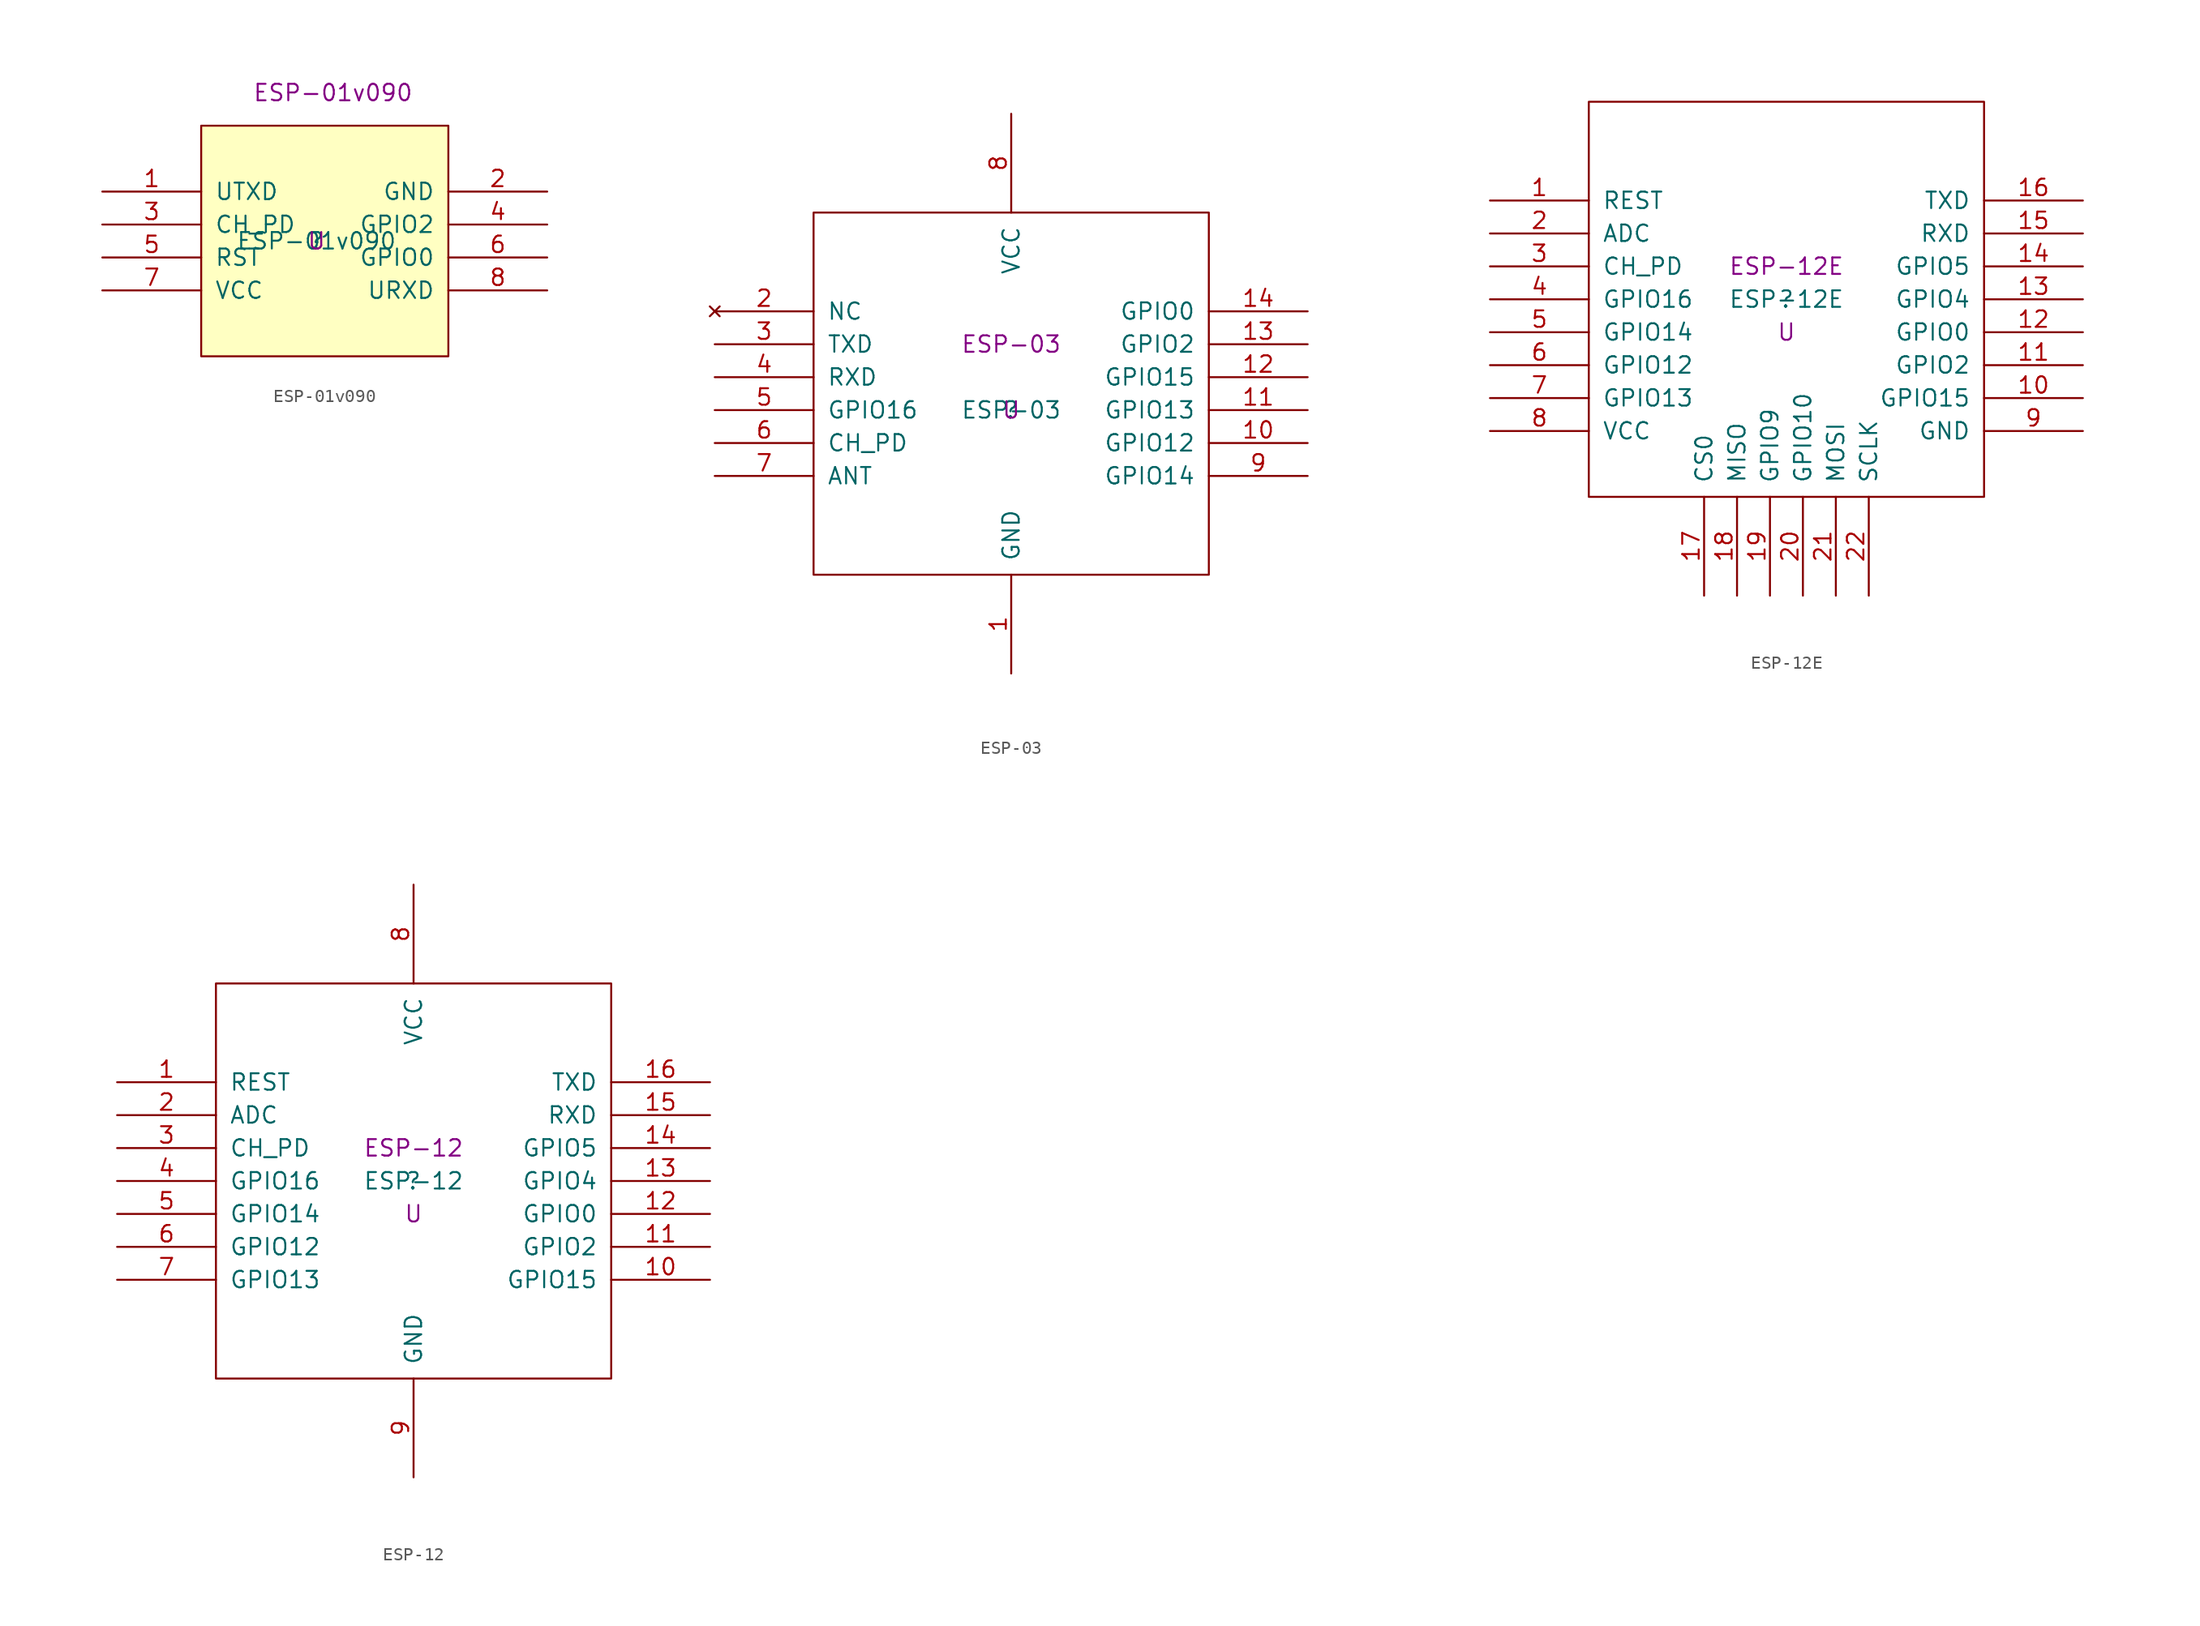
<source format=kicad_sym>
(kicad_symbol_lib
  (version 20211014)
  (generator kicad_symbol_editor)
  (symbol "ESP-01v090"
    (pin_names
      (offset 1.016))
    (property "Reference" ""
      (at 0 0 0)
      (effects (font (size 1.27 1.27))))
    (property "Value" "ESP-01v090"
      (at 0 0 0)
      (effects (font (size 1.27 1.27))))
    (property "Reference_1" "U"
      (at 0 0 0)
      (effects (font (size 1.27 1.27))))
    (property "Value_1" "ESP-01v090"
      (at 1.27 11.43 0)
      (effects (font (size 1.27 1.27))))
    (symbol "ESP-01v090_1_0"
      (rectangle (start -8.89 8.89) (end 10.16 -8.89) (stroke (width 0) (type default) (color 0 0 0 0)) (fill (type background))))
    (symbol "ESP-01v090_1_1"
      (pin output line (at -16.51 3.81 0) (length 7.62) (name "UTXD" (effects (font (size 1.27 1.27)))) (number "1" (effects (font (size 1.27 1.27)))))
      (pin power_in line (at 17.78 3.81 180) (length 7.62) (name "GND" (effects (font (size 1.27 1.27)))) (number "2" (effects (font (size 1.27 1.27)))))
      (pin input line (at -16.51 1.27 0) (length 7.62) (name "CH_PD" (effects (font (size 1.27 1.27)))) (number "3" (effects (font (size 1.27 1.27)))))
      (pin tri_state line (at 17.78 1.27 180) (length 7.62) (name "GPIO2" (effects (font (size 1.27 1.27)))) (number "4" (effects (font (size 1.27 1.27)))))
      (pin input line (at -16.51 -1.27 0) (length 7.62) (name "RST" (effects (font (size 1.27 1.27)))) (number "5" (effects (font (size 1.27 1.27)))))
      (pin tri_state line (at 17.78 -1.27 180) (length 7.62) (name "GPIO0" (effects (font (size 1.27 1.27)))) (number "6" (effects (font (size 1.27 1.27)))))
      (pin power_in line (at -16.51 -3.81 0) (length 7.62) (name "VCC" (effects (font (size 1.27 1.27)))) (number "7" (effects (font (size 1.27 1.27)))))
      (pin input line (at 17.78 -3.81 180) (length 7.62) (name "URXD" (effects (font (size 1.27 1.27)))) (number "8" (effects (font (size 1.27 1.27)))))))
  (symbol "ESP-03"
    (pin_names
      (offset 1.016))
    (property "Reference" ""
      (at 0 0 0)
      (effects (font (size 1.27 1.27))))
    (property "Value" "ESP-03"
      (at 0 0 0)
      (effects (font (size 1.27 1.27))))
    (property "Reference_1" "U"
      (at 0 0 0)
      (effects (font (size 1.27 1.27))))
    (property "Value_1" "ESP-03"
      (at 0 5.08 0)
      (effects (font (size 1.27 1.27))))
    (symbol "ESP-03_1_0"
      (rectangle (start -15.24 -12.7) (end 15.24 15.24) (stroke (width 0) (type default) (color 0 0 0 0)) (fill (type none))))
    (symbol "ESP-03_1_1"
      (pin power_in line (at 0 -20.32 90) (length 7.62) (name "GND" (effects (font (size 1.27 1.27)))) (number "1" (effects (font (size 1.27 1.27)))))
      (pin bidirectional line (at 22.86 -2.54 180) (length 7.62) (name "GPIO12" (effects (font (size 1.27 1.27)))) (number "10" (effects (font (size 1.27 1.27)))))
      (pin bidirectional line (at 22.86 0 180) (length 7.62) (name "GPIO13" (effects (font (size 1.27 1.27)))) (number "11" (effects (font (size 1.27 1.27)))))
      (pin bidirectional line (at 22.86 2.54 180) (length 7.62) (name "GPIO15" (effects (font (size 1.27 1.27)))) (number "12" (effects (font (size 1.27 1.27)))))
      (pin bidirectional line (at 22.86 5.08 180) (length 7.62) (name "GPIO2" (effects (font (size 1.27 1.27)))) (number "13" (effects (font (size 1.27 1.27)))))
      (pin input line (at 22.86 7.62 180) (length 7.62) (name "GPIO0" (effects (font (size 1.27 1.27)))) (number "14" (effects (font (size 1.27 1.27)))))
      (pin no_connect line (at -22.86 7.62 0) (length 7.62) (name "NC" (effects (font (size 1.27 1.27)))) (number "2" (effects (font (size 1.27 1.27)))))
      (pin output line (at -22.86 5.08 0) (length 7.62) (name "TXD" (effects (font (size 1.27 1.27)))) (number "3" (effects (font (size 1.27 1.27)))))
      (pin input line (at -22.86 2.54 0) (length 7.62) (name "RXD" (effects (font (size 1.27 1.27)))) (number "4" (effects (font (size 1.27 1.27)))))
      (pin bidirectional line (at -22.86 0 0) (length 7.62) (name "GPIO16" (effects (font (size 1.27 1.27)))) (number "5" (effects (font (size 1.27 1.27)))))
      (pin input line (at -22.86 -2.54 0) (length 7.62) (name "CH_PD" (effects (font (size 1.27 1.27)))) (number "6" (effects (font (size 1.27 1.27)))))
      (pin unspecified line (at -22.86 -5.08 0) (length 7.62) (name "ANT" (effects (font (size 1.27 1.27)))) (number "7" (effects (font (size 1.27 1.27)))))
      (pin power_in line (at 0 22.86 270) (length 7.62) (name "VCC" (effects (font (size 1.27 1.27)))) (number "8" (effects (font (size 1.27 1.27)))))
      (pin bidirectional line (at 22.86 -5.08 180) (length 7.62) (name "GPIO14" (effects (font (size 1.27 1.27)))) (number "9" (effects (font (size 1.27 1.27)))))))
  (symbol "ESP-12E"
    (pin_names
      (offset 1.016))
    (property "Reference" ""
      (at 0 0 0)
      (effects (font (size 1.27 1.27))))
    (property "Value" "ESP-12E"
      (at 0 0 0)
      (effects (font (size 1.27 1.27))))
    (property "Reference_1" "U"
      (at 0 -2.54 0)
      (effects (font (size 1.27 1.27))))
    (property "Value_1" "ESP-12E"
      (at 0 2.54 0)
      (effects (font (size 1.27 1.27))))
    (symbol "ESP-12E_1_0"
      (rectangle (start -15.24 -15.24) (end 15.24 15.24) (stroke (width 0) (type default) (color 0 0 0 0)) (fill (type none))))
    (symbol "ESP-12E_1_1"
      (pin input line (at -22.86 7.62 0) (length 7.62) (name "REST" (effects (font (size 1.27 1.27)))) (number "1" (effects (font (size 1.27 1.27)))))
      (pin bidirectional line (at 22.86 -7.62 180) (length 7.62) (name "GPIO15" (effects (font (size 1.27 1.27)))) (number "10" (effects (font (size 1.27 1.27)))))
      (pin bidirectional line (at 22.86 -5.08 180) (length 7.62) (name "GPIO2" (effects (font (size 1.27 1.27)))) (number "11" (effects (font (size 1.27 1.27)))))
      (pin bidirectional line (at 22.86 -2.54 180) (length 7.62) (name "GPIO0" (effects (font (size 1.27 1.27)))) (number "12" (effects (font (size 1.27 1.27)))))
      (pin bidirectional line (at 22.86 0 180) (length 7.62) (name "GPIO4" (effects (font (size 1.27 1.27)))) (number "13" (effects (font (size 1.27 1.27)))))
      (pin bidirectional line (at 22.86 2.54 180) (length 7.62) (name "GPIO5" (effects (font (size 1.27 1.27)))) (number "14" (effects (font (size 1.27 1.27)))))
      (pin input line (at 22.86 5.08 180) (length 7.62) (name "RXD" (effects (font (size 1.27 1.27)))) (number "15" (effects (font (size 1.27 1.27)))))
      (pin output line (at 22.86 7.62 180) (length 7.62) (name "TXD" (effects (font (size 1.27 1.27)))) (number "16" (effects (font (size 1.27 1.27)))))
      (pin bidirectional line (at -6.35 -22.86 90) (length 7.62) (name "CS0" (effects (font (size 1.27 1.27)))) (number "17" (effects (font (size 1.27 1.27)))))
      (pin bidirectional line (at -3.81 -22.86 90) (length 7.62) (name "MISO" (effects (font (size 1.27 1.27)))) (number "18" (effects (font (size 1.27 1.27)))))
      (pin bidirectional line (at -1.27 -22.86 90) (length 7.62) (name "GPIO9" (effects (font (size 1.27 1.27)))) (number "19" (effects (font (size 1.27 1.27)))))
      (pin passive line (at -22.86 5.08 0) (length 7.62) (name "ADC" (effects (font (size 1.27 1.27)))) (number "2" (effects (font (size 1.27 1.27)))))
      (pin bidirectional line (at 1.27 -22.86 90) (length 7.62) (name "GPIO10" (effects (font (size 1.27 1.27)))) (number "20" (effects (font (size 1.27 1.27)))))
      (pin bidirectional line (at 3.81 -22.86 90) (length 7.62) (name "MOSI" (effects (font (size 1.27 1.27)))) (number "21" (effects (font (size 1.27 1.27)))))
      (pin bidirectional line (at 6.35 -22.86 90) (length 7.62) (name "SCLK" (effects (font (size 1.27 1.27)))) (number "22" (effects (font (size 1.27 1.27)))))
      (pin input line (at -22.86 2.54 0) (length 7.62) (name "CH_PD" (effects (font (size 1.27 1.27)))) (number "3" (effects (font (size 1.27 1.27)))))
      (pin bidirectional line (at -22.86 0 0) (length 7.62) (name "GPIO16" (effects (font (size 1.27 1.27)))) (number "4" (effects (font (size 1.27 1.27)))))
      (pin bidirectional line (at -22.86 -2.54 0) (length 7.62) (name "GPIO14" (effects (font (size 1.27 1.27)))) (number "5" (effects (font (size 1.27 1.27)))))
      (pin bidirectional line (at -22.86 -5.08 0) (length 7.62) (name "GPIO12" (effects (font (size 1.27 1.27)))) (number "6" (effects (font (size 1.27 1.27)))))
      (pin bidirectional line (at -22.86 -7.62 0) (length 7.62) (name "GPIO13" (effects (font (size 1.27 1.27)))) (number "7" (effects (font (size 1.27 1.27)))))
      (pin power_in line (at -22.86 -10.16 0) (length 7.62) (name "VCC" (effects (font (size 1.27 1.27)))) (number "8" (effects (font (size 1.27 1.27)))))
      (pin power_in line (at 22.86 -10.16 180) (length 7.62) (name "GND" (effects (font (size 1.27 1.27)))) (number "9" (effects (font (size 1.27 1.27)))))))
  (symbol "ESP-12"
    (pin_names
      (offset 1.016))
    (property "Reference" ""
      (at 0 0 0)
      (effects (font (size 1.27 1.27))))
    (property "Value" "ESP-12"
      (at 0 0 0)
      (effects (font (size 1.27 1.27))))
    (property "Reference_1" "U"
      (at 0 -2.54 0)
      (effects (font (size 1.27 1.27))))
    (property "Value_1" "ESP-12"
      (at 0 2.54 0)
      (effects (font (size 1.27 1.27))))
    (symbol "ESP-12_1_0"
      (rectangle (start -15.24 -15.24) (end 15.24 15.24) (stroke (width 0) (type default) (color 0 0 0 0)) (fill (type none))))
    (symbol "ESP-12_1_1"
      (pin input line (at -22.86 7.62 0) (length 7.62) (name "REST" (effects (font (size 1.27 1.27)))) (number "1" (effects (font (size 1.27 1.27)))))
      (pin bidirectional line (at 22.86 -7.62 180) (length 7.62) (name "GPIO15" (effects (font (size 1.27 1.27)))) (number "10" (effects (font (size 1.27 1.27)))))
      (pin bidirectional line (at 22.86 -5.08 180) (length 7.62) (name "GPIO2" (effects (font (size 1.27 1.27)))) (number "11" (effects (font (size 1.27 1.27)))))
      (pin bidirectional line (at 22.86 -2.54 180) (length 7.62) (name "GPIO0" (effects (font (size 1.27 1.27)))) (number "12" (effects (font (size 1.27 1.27)))))
      (pin bidirectional line (at 22.86 0 180) (length 7.62) (name "GPIO4" (effects (font (size 1.27 1.27)))) (number "13" (effects (font (size 1.27 1.27)))))
      (pin bidirectional line (at 22.86 2.54 180) (length 7.62) (name "GPIO5" (effects (font (size 1.27 1.27)))) (number "14" (effects (font (size 1.27 1.27)))))
      (pin input line (at 22.86 5.08 180) (length 7.62) (name "RXD" (effects (font (size 1.27 1.27)))) (number "15" (effects (font (size 1.27 1.27)))))
      (pin output line (at 22.86 7.62 180) (length 7.62) (name "TXD" (effects (font (size 1.27 1.27)))) (number "16" (effects (font (size 1.27 1.27)))))
      (pin passive line (at -22.86 5.08 0) (length 7.62) (name "ADC" (effects (font (size 1.27 1.27)))) (number "2" (effects (font (size 1.27 1.27)))))
      (pin input line (at -22.86 2.54 0) (length 7.62) (name "CH_PD" (effects (font (size 1.27 1.27)))) (number "3" (effects (font (size 1.27 1.27)))))
      (pin bidirectional line (at -22.86 0 0) (length 7.62) (name "GPIO16" (effects (font (size 1.27 1.27)))) (number "4" (effects (font (size 1.27 1.27)))))
      (pin bidirectional line (at -22.86 -2.54 0) (length 7.62) (name "GPIO14" (effects (font (size 1.27 1.27)))) (number "5" (effects (font (size 1.27 1.27)))))
      (pin bidirectional line (at -22.86 -5.08 0) (length 7.62) (name "GPIO12" (effects (font (size 1.27 1.27)))) (number "6" (effects (font (size 1.27 1.27)))))
      (pin bidirectional line (at -22.86 -7.62 0) (length 7.62) (name "GPIO13" (effects (font (size 1.27 1.27)))) (number "7" (effects (font (size 1.27 1.27)))))
      (pin power_in line (at 0 22.86 270) (length 7.62) (name "VCC" (effects (font (size 1.27 1.27)))) (number "8" (effects (font (size 1.27 1.27)))))
      (pin power_in line (at 0 -22.86 90) (length 7.62) (name "GND" (effects (font (size 1.27 1.27)))) (number "9" (effects (font (size 1.27 1.27))))))))
</source>
